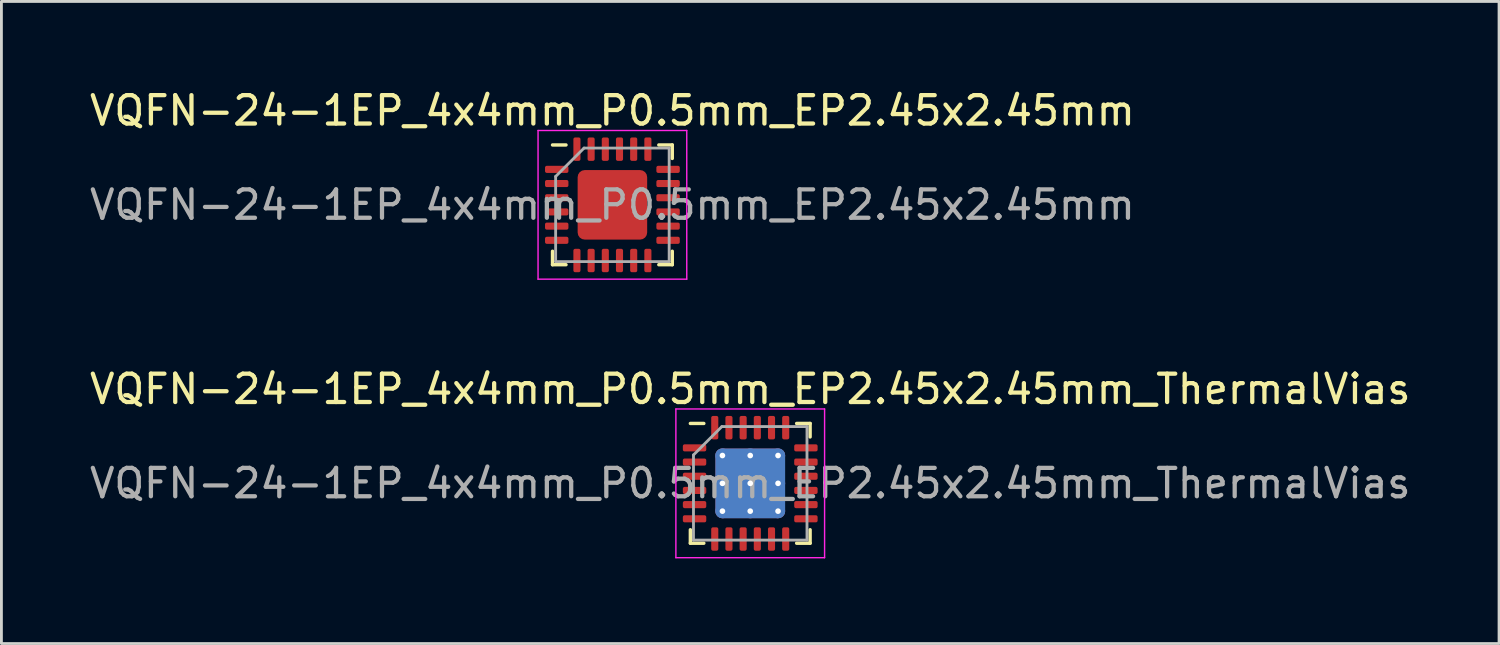
<source format=kicad_pcb>
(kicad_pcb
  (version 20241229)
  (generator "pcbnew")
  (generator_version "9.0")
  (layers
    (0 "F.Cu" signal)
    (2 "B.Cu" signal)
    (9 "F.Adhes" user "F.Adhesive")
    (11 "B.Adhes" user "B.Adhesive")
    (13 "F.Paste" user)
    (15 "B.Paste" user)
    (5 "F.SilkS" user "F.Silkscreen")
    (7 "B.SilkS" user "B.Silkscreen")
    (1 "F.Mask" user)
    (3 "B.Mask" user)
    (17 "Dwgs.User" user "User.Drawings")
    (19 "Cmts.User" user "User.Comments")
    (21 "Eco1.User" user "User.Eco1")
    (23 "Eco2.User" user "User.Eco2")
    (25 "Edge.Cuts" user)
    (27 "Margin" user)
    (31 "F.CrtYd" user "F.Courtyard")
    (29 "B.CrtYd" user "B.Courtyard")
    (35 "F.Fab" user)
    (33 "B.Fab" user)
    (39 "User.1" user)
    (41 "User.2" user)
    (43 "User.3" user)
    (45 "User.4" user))
  (footprint "VQFN-24-1EP_4x4mm_P0.5mm_EP2.45x2.45mm_ThermalVias"
    (layer "F.Cu")
    (at 23.387 13.982)
    (property "Reference" "VQFN-24-1EP_4x4mm_P0.5mm_EP2.45x2.45mm_ThermalVias" (at 0 -3.32 0) (layer "F.SilkS") (effects (font (size 1 1) (thickness 0.15))))
    (attr smd)
    (fp_line (start -2.11 2.11) (end -2.11 1.635) (stroke (width 0.12) (type solid)) (layer "F.SilkS"))
    (fp_line (start -1.635 -2.11) (end -2.11 -2.11) (stroke (width 0.12) (type solid)) (layer "F.SilkS"))
    (fp_line (start -1.635 2.11) (end -2.11 2.11) (stroke (width 0.12) (type solid)) (layer "F.SilkS"))
    (fp_line (start 1.635 -2.11) (end 2.11 -2.11) (stroke (width 0.12) (type solid)) (layer "F.SilkS"))
    (fp_line (start 1.635 2.11) (end 2.11 2.11) (stroke (width 0.12) (type solid)) (layer "F.SilkS"))
    (fp_line (start 2.11 -2.11) (end 2.11 -1.635) (stroke (width 0.12) (type solid)) (layer "F.SilkS"))
    (fp_line (start 2.11 2.11) (end 2.11 1.635) (stroke (width 0.12) (type solid)) (layer "F.SilkS"))
    (fp_line (start -2.62 -2.62) (end -2.62 2.62) (stroke (width 0.05) (type solid)) (layer "F.CrtYd"))
    (fp_line (start -2.62 2.62) (end 2.62 2.62) (stroke (width 0.05) (type solid)) (layer "F.CrtYd"))
    (fp_line (start 2.62 -2.62) (end -2.62 -2.62) (stroke (width 0.05) (type solid)) (layer "F.CrtYd"))
    (fp_line (start 2.62 2.62) (end 2.62 -2.62) (stroke (width 0.05) (type solid)) (layer "F.CrtYd"))
    (fp_line (start -2 -1) (end -1 -2) (stroke (width 0.1) (type solid)) (layer "F.Fab"))
    (fp_line (start -2 2) (end -2 -1) (stroke (width 0.1) (type solid)) (layer "F.Fab"))
    (fp_line (start -1 -2) (end 2 -2) (stroke (width 0.1) (type solid)) (layer "F.Fab"))
    (fp_line (start 2 -2) (end 2 2) (stroke (width 0.1) (type solid)) (layer "F.Fab"))
    (fp_line (start 2 2) (end -2 2) (stroke (width 0.1) (type solid)) (layer "F.Fab"))
    (fp_text user "${REFERENCE}" (at 0 0 0) (layer "F.Fab") (effects (font (size 1 1) (thickness 0.15))))
    (pad "" smd custom (at -0.49 -0.49) (size 0.759 0.759) (layers "F.Paste") (options (anchor circle)) (primitives (gr_poly (pts (xy -0.454 -0.243) (xy -0.243 -0.454) (xy 0.243 -0.454) (xy 0.454 -0.243) (xy 0.454 0.243) (xy 0.243 0.454) (xy -0.243 0.454) (xy -0.454 0.243)) (width 0) (fill yes))))
    (pad "" smd custom (at -0.49 0.49) (size 0.759 0.759) (layers "F.Paste") (options (anchor circle)) (primitives (gr_poly (pts (xy -0.454 -0.243) (xy -0.243 -0.454) (xy 0.243 -0.454) (xy 0.454 -0.243) (xy 0.454 0.243) (xy 0.243 0.454) (xy -0.243 0.454) (xy -0.454 0.243)) (width 0) (fill yes))))
    (pad "" smd custom (at 0.49 -0.49) (size 0.759 0.759) (layers "F.Paste") (options (anchor circle)) (primitives (gr_poly (pts (xy -0.454 -0.243) (xy -0.243 -0.454) (xy 0.243 -0.454) (xy 0.454 -0.243) (xy 0.454 0.243) (xy 0.243 0.454) (xy -0.243 0.454) (xy -0.454 0.243)) (width 0) (fill yes))))
    (pad "" smd custom (at 0.49 0.49) (size 0.759 0.759) (layers "F.Paste") (options (anchor circle)) (primitives (gr_poly (pts (xy -0.454 -0.243) (xy -0.243 -0.454) (xy 0.243 -0.454) (xy 0.454 -0.243) (xy 0.454 0.243) (xy 0.243 0.454) (xy -0.243 0.454) (xy -0.454 0.243)) (width 0) (fill yes))))
    (pad "1" smd roundrect (at -1.962 -1.25) (size 0.825 0.25) (layers "F.Cu" "F.Mask" "F.Paste") (roundrect_rratio 0.25))
    (pad "2" smd roundrect (at -1.962 -0.75) (size 0.825 0.25) (layers "F.Cu" "F.Mask" "F.Paste") (roundrect_rratio 0.25))
    (pad "3" smd roundrect (at -1.962 -0.25) (size 0.825 0.25) (layers "F.Cu" "F.Mask" "F.Paste") (roundrect_rratio 0.25))
    (pad "4" smd roundrect (at -1.962 0.25) (size 0.825 0.25) (layers "F.Cu" "F.Mask" "F.Paste") (roundrect_rratio 0.25))
    (pad "5" smd roundrect (at -1.962 0.75) (size 0.825 0.25) (layers "F.Cu" "F.Mask" "F.Paste") (roundrect_rratio 0.25))
    (pad "6" smd roundrect (at -1.962 1.25) (size 0.825 0.25) (layers "F.Cu" "F.Mask" "F.Paste") (roundrect_rratio 0.25))
    (pad "7" smd roundrect (at -1.25 1.962) (size 0.25 0.825) (layers "F.Cu" "F.Mask" "F.Paste") (roundrect_rratio 0.25))
    (pad "8" smd roundrect (at -0.75 1.962) (size 0.25 0.825) (layers "F.Cu" "F.Mask" "F.Paste") (roundrect_rratio 0.25))
    (pad "9" smd roundrect (at -0.25 1.962) (size 0.25 0.825) (layers "F.Cu" "F.Mask" "F.Paste") (roundrect_rratio 0.25))
    (pad "10" smd roundrect (at 0.25 1.962) (size 0.25 0.825) (layers "F.Cu" "F.Mask" "F.Paste") (roundrect_rratio 0.25))
    (pad "11" smd roundrect (at 0.75 1.962) (size 0.25 0.825) (layers "F.Cu" "F.Mask" "F.Paste") (roundrect_rratio 0.25))
    (pad "12" smd roundrect (at 1.25 1.962) (size 0.25 0.825) (layers "F.Cu" "F.Mask" "F.Paste") (roundrect_rratio 0.25))
    (pad "13" smd roundrect (at 1.962 1.25) (size 0.825 0.25) (layers "F.Cu" "F.Mask" "F.Paste") (roundrect_rratio 0.25))
    (pad "14" smd roundrect (at 1.962 0.75) (size 0.825 0.25) (layers "F.Cu" "F.Mask" "F.Paste") (roundrect_rratio 0.25))
    (pad "15" smd roundrect (at 1.962 0.25) (size 0.825 0.25) (layers "F.Cu" "F.Mask" "F.Paste") (roundrect_rratio 0.25))
    (pad "16" smd roundrect (at 1.962 -0.25) (size 0.825 0.25) (layers "F.Cu" "F.Mask" "F.Paste") (roundrect_rratio 0.25))
    (pad "17" smd roundrect (at 1.962 -0.75) (size 0.825 0.25) (layers "F.Cu" "F.Mask" "F.Paste") (roundrect_rratio 0.25))
    (pad "18" smd roundrect (at 1.962 -1.25) (size 0.825 0.25) (layers "F.Cu" "F.Mask" "F.Paste") (roundrect_rratio 0.25))
    (pad "19" smd roundrect (at 1.25 -1.962) (size 0.25 0.825) (layers "F.Cu" "F.Mask" "F.Paste") (roundrect_rratio 0.25))
    (pad "20" smd roundrect (at 0.75 -1.962) (size 0.25 0.825) (layers "F.Cu" "F.Mask" "F.Paste") (roundrect_rratio 0.25))
    (pad "21" smd roundrect (at 0.25 -1.962) (size 0.25 0.825) (layers "F.Cu" "F.Mask" "F.Paste") (roundrect_rratio 0.25))
    (pad "22" smd roundrect (at -0.25 -1.962) (size 0.25 0.825) (layers "F.Cu" "F.Mask" "F.Paste") (roundrect_rratio 0.25))
    (pad "23" smd roundrect (at -0.75 -1.962) (size 0.25 0.825) (layers "F.Cu" "F.Mask" "F.Paste") (roundrect_rratio 0.25))
    (pad "24" smd roundrect (at -1.25 -1.962) (size 0.25 0.825) (layers "F.Cu" "F.Mask" "F.Paste") (roundrect_rratio 0.25))
    (pad "25" thru_hole circle (at -0.98 -0.98) (size 0.5 0.5) (drill 0.2) (layers "*.Cu"))
    (pad "25" thru_hole circle (at -0.98 0) (size 0.5 0.5) (drill 0.2) (layers "*.Cu"))
    (pad "25" thru_hole circle (at -0.98 0.98) (size 0.5 0.5) (drill 0.2) (layers "*.Cu"))
    (pad "25" thru_hole circle (at 0 -0.98) (size 0.5 0.5) (drill 0.2) (layers "*.Cu"))
    (pad "25" thru_hole circle (at 0 0) (size 0.5 0.5) (drill 0.2) (layers "*.Cu"))
    (pad "25" smd roundrect (at 0 0) (size 2.45 2.45) (layers "F.Cu" "F.Mask") (roundrect_rratio 0.102))
    (pad "25" smd roundrect (at 0 0) (size 2.46 2.46) (layers "B.Cu") (roundrect_rratio 0.102))
    (pad "25" thru_hole circle (at 0 0.98) (size 0.5 0.5) (drill 0.2) (layers "*.Cu"))
    (pad "25" thru_hole circle (at 0.98 -0.98) (size 0.5 0.5) (drill 0.2) (layers "*.Cu"))
    (pad "25" thru_hole circle (at 0.98 0) (size 0.5 0.5) (drill 0.2) (layers "*.Cu"))
    (pad "25" thru_hole circle (at 0.98 0.98) (size 0.5 0.5) (drill 0.2) (layers "*.Cu")))
  (footprint "VQFN-24-1EP_4x4mm_P0.5mm_EP2.45x2.45mm"
    (layer "F.Cu")
    (at 18.53 4.168)
    (property "Reference" "VQFN-24-1EP_4x4mm_P0.5mm_EP2.45x2.45mm" (at 0 -3.32 0) (layer "F.SilkS") (effects (font (size 1 1) (thickness 0.15))))
    (attr smd)
    (fp_line (start -2.11 2.11) (end -2.11 1.635) (stroke (width 0.12) (type solid)) (layer "F.SilkS"))
    (fp_line (start -1.635 -2.11) (end -2.11 -2.11) (stroke (width 0.12) (type solid)) (layer "F.SilkS"))
    (fp_line (start -1.635 2.11) (end -2.11 2.11) (stroke (width 0.12) (type solid)) (layer "F.SilkS"))
    (fp_line (start 1.635 -2.11) (end 2.11 -2.11) (stroke (width 0.12) (type solid)) (layer "F.SilkS"))
    (fp_line (start 1.635 2.11) (end 2.11 2.11) (stroke (width 0.12) (type solid)) (layer "F.SilkS"))
    (fp_line (start 2.11 -2.11) (end 2.11 -1.635) (stroke (width 0.12) (type solid)) (layer "F.SilkS"))
    (fp_line (start 2.11 2.11) (end 2.11 1.635) (stroke (width 0.12) (type solid)) (layer "F.SilkS"))
    (fp_line (start -2.62 -2.62) (end -2.62 2.62) (stroke (width 0.05) (type solid)) (layer "F.CrtYd"))
    (fp_line (start -2.62 2.62) (end 2.62 2.62) (stroke (width 0.05) (type solid)) (layer "F.CrtYd"))
    (fp_line (start 2.62 -2.62) (end -2.62 -2.62) (stroke (width 0.05) (type solid)) (layer "F.CrtYd"))
    (fp_line (start 2.62 2.62) (end 2.62 -2.62) (stroke (width 0.05) (type solid)) (layer "F.CrtYd"))
    (fp_line (start -2 -1) (end -1 -2) (stroke (width 0.1) (type solid)) (layer "F.Fab"))
    (fp_line (start -2 2) (end -2 -1) (stroke (width 0.1) (type solid)) (layer "F.Fab"))
    (fp_line (start -1 -2) (end 2 -2) (stroke (width 0.1) (type solid)) (layer "F.Fab"))
    (fp_line (start 2 -2) (end 2 2) (stroke (width 0.1) (type solid)) (layer "F.Fab"))
    (fp_line (start 2 2) (end -2 2) (stroke (width 0.1) (type solid)) (layer "F.Fab"))
    (fp_text user "${REFERENCE}" (at 0 0 0) (layer "F.Fab") (effects (font (size 1 1) (thickness 0.15))))
    (pad "" smd roundrect (at -0.82 -0.82) (size 0.66 0.66) (layers "F.Paste") (roundrect_rratio 0.25))
    (pad "" smd roundrect (at -0.82 0) (size 0.66 0.66) (layers "F.Paste") (roundrect_rratio 0.25))
    (pad "" smd roundrect (at -0.82 0.82) (size 0.66 0.66) (layers "F.Paste") (roundrect_rratio 0.25))
    (pad "" smd roundrect (at 0 -0.82) (size 0.66 0.66) (layers "F.Paste") (roundrect_rratio 0.25))
    (pad "" smd roundrect (at 0 0) (size 0.66 0.66) (layers "F.Paste") (roundrect_rratio 0.25))
    (pad "" smd roundrect (at 0 0.82) (size 0.66 0.66) (layers "F.Paste") (roundrect_rratio 0.25))
    (pad "" smd roundrect (at 0.82 -0.82) (size 0.66 0.66) (layers "F.Paste") (roundrect_rratio 0.25))
    (pad "" smd roundrect (at 0.82 0) (size 0.66 0.66) (layers "F.Paste") (roundrect_rratio 0.25))
    (pad "" smd roundrect (at 0.82 0.82) (size 0.66 0.66) (layers "F.Paste") (roundrect_rratio 0.25))
    (pad "1" smd roundrect (at -1.962 -1.25) (size 0.825 0.25) (layers "F.Cu" "F.Mask" "F.Paste") (roundrect_rratio 0.25))
    (pad "2" smd roundrect (at -1.962 -0.75) (size 0.825 0.25) (layers "F.Cu" "F.Mask" "F.Paste") (roundrect_rratio 0.25))
    (pad "3" smd roundrect (at -1.962 -0.25) (size 0.825 0.25) (layers "F.Cu" "F.Mask" "F.Paste") (roundrect_rratio 0.25))
    (pad "4" smd roundrect (at -1.962 0.25) (size 0.825 0.25) (layers "F.Cu" "F.Mask" "F.Paste") (roundrect_rratio 0.25))
    (pad "5" smd roundrect (at -1.962 0.75) (size 0.825 0.25) (layers "F.Cu" "F.Mask" "F.Paste") (roundrect_rratio 0.25))
    (pad "6" smd roundrect (at -1.962 1.25) (size 0.825 0.25) (layers "F.Cu" "F.Mask" "F.Paste") (roundrect_rratio 0.25))
    (pad "7" smd roundrect (at -1.25 1.962) (size 0.25 0.825) (layers "F.Cu" "F.Mask" "F.Paste") (roundrect_rratio 0.25))
    (pad "8" smd roundrect (at -0.75 1.962) (size 0.25 0.825) (layers "F.Cu" "F.Mask" "F.Paste") (roundrect_rratio 0.25))
    (pad "9" smd roundrect (at -0.25 1.962) (size 0.25 0.825) (layers "F.Cu" "F.Mask" "F.Paste") (roundrect_rratio 0.25))
    (pad "10" smd roundrect (at 0.25 1.962) (size 0.25 0.825) (layers "F.Cu" "F.Mask" "F.Paste") (roundrect_rratio 0.25))
    (pad "11" smd roundrect (at 0.75 1.962) (size 0.25 0.825) (layers "F.Cu" "F.Mask" "F.Paste") (roundrect_rratio 0.25))
    (pad "12" smd roundrect (at 1.25 1.962) (size 0.25 0.825) (layers "F.Cu" "F.Mask" "F.Paste") (roundrect_rratio 0.25))
    (pad "13" smd roundrect (at 1.962 1.25) (size 0.825 0.25) (layers "F.Cu" "F.Mask" "F.Paste") (roundrect_rratio 0.25))
    (pad "14" smd roundrect (at 1.962 0.75) (size 0.825 0.25) (layers "F.Cu" "F.Mask" "F.Paste") (roundrect_rratio 0.25))
    (pad "15" smd roundrect (at 1.962 0.25) (size 0.825 0.25) (layers "F.Cu" "F.Mask" "F.Paste") (roundrect_rratio 0.25))
    (pad "16" smd roundrect (at 1.962 -0.25) (size 0.825 0.25) (layers "F.Cu" "F.Mask" "F.Paste") (roundrect_rratio 0.25))
    (pad "17" smd roundrect (at 1.962 -0.75) (size 0.825 0.25) (layers "F.Cu" "F.Mask" "F.Paste") (roundrect_rratio 0.25))
    (pad "18" smd roundrect (at 1.962 -1.25) (size 0.825 0.25) (layers "F.Cu" "F.Mask" "F.Paste") (roundrect_rratio 0.25))
    (pad "19" smd roundrect (at 1.25 -1.962) (size 0.25 0.825) (layers "F.Cu" "F.Mask" "F.Paste") (roundrect_rratio 0.25))
    (pad "20" smd roundrect (at 0.75 -1.962) (size 0.25 0.825) (layers "F.Cu" "F.Mask" "F.Paste") (roundrect_rratio 0.25))
    (pad "21" smd roundrect (at 0.25 -1.962) (size 0.25 0.825) (layers "F.Cu" "F.Mask" "F.Paste") (roundrect_rratio 0.25))
    (pad "22" smd roundrect (at -0.25 -1.962) (size 0.25 0.825) (layers "F.Cu" "F.Mask" "F.Paste") (roundrect_rratio 0.25))
    (pad "23" smd roundrect (at -0.75 -1.962) (size 0.25 0.825) (layers "F.Cu" "F.Mask" "F.Paste") (roundrect_rratio 0.25))
    (pad "24" smd roundrect (at -1.25 -1.962) (size 0.25 0.825) (layers "F.Cu" "F.Mask" "F.Paste") (roundrect_rratio 0.25))
    (pad "25" smd roundrect (at 0 0) (size 2.45 2.45) (layers "F.Cu" "F.Mask") (roundrect_rratio 0.102)))
  (gr_rect
    (start -3 -3)
    (end 49.774 19.627)
    (stroke (width 0.1) (type default))
    (fill no)
    (layer "Edge.Cuts")))
</source>
